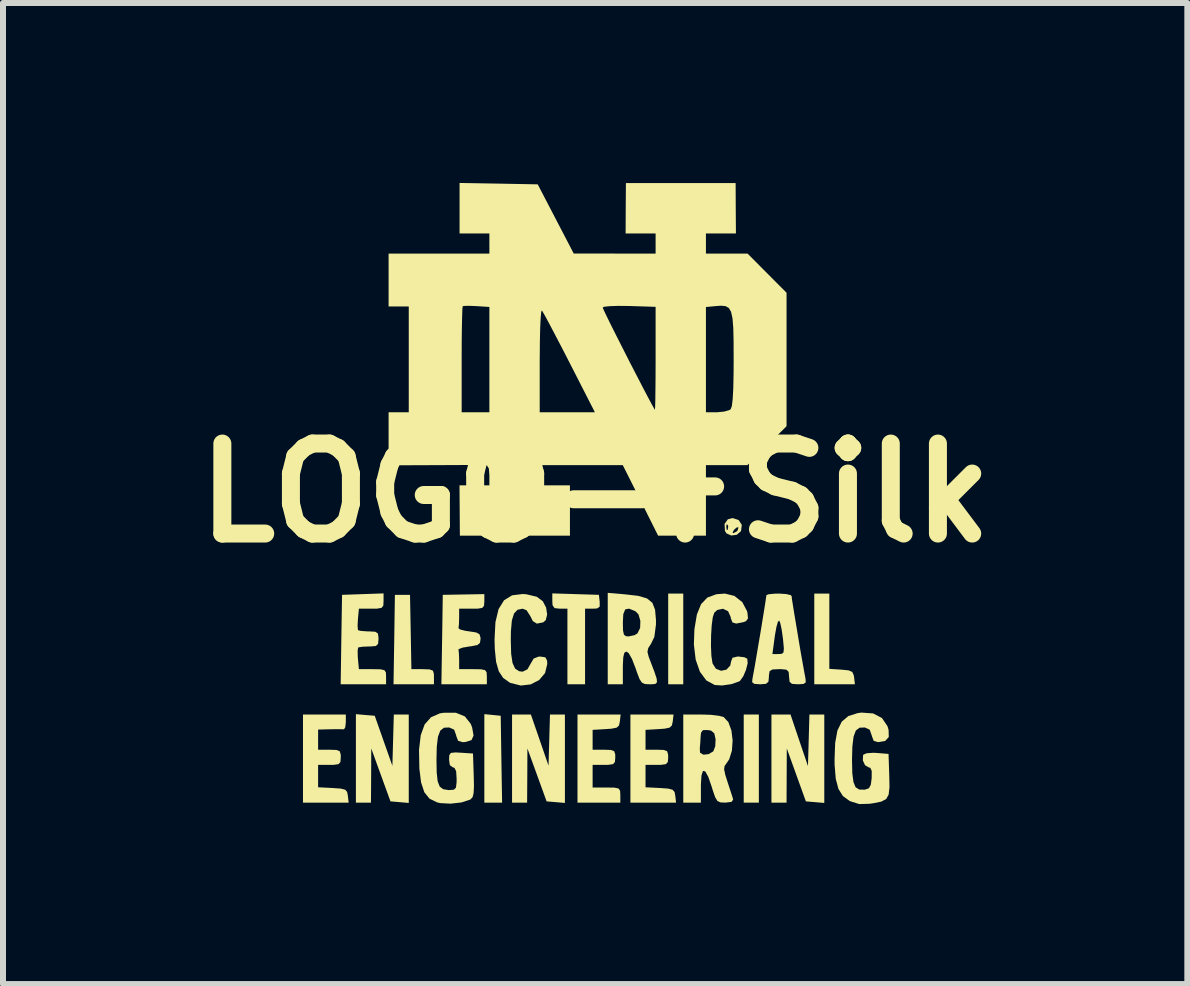
<source format=kicad_pcb>
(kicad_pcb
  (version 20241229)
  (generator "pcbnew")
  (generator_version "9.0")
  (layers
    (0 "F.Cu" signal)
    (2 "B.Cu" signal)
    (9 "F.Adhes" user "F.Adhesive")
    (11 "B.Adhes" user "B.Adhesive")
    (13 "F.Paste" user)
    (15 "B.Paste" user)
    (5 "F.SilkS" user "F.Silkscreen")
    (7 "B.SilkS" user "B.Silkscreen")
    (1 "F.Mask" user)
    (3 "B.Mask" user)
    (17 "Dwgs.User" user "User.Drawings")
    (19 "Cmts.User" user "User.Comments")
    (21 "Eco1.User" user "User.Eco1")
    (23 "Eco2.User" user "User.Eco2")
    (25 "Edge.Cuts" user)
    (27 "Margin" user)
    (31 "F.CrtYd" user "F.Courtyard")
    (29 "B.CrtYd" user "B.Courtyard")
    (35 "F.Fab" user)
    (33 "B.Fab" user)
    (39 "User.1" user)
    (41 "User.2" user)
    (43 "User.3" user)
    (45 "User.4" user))
  (footprint "LOGO-FSilk"
    (layer "F.Cu")
    (at 6.871 5.166)
    (property "Reference" "LOGO-FSilk" (at 0 0 0) (layer "F.SilkS") (effects (font (size 1.5 1.5) (thickness 0.3))))
    (attr board_only exclude_from_pos_files exclude_from_bom)
    (fp_poly (pts (xy -1.711 3.702) (xy -1.574 3.716) (xy -1.563 4.44) (xy -1.551 5.164) (xy -1.699 5.164) (xy -1.847 5.164) (xy -1.847 4.427) (xy -1.847 3.689)) (stroke (width 0) (type solid)) (fill yes) (layer "F.SilkS"))
    (fp_poly (pts (xy 1.469 2.435) (xy 1.469 3.191) (xy 1.343 3.191) (xy 1.218 3.191) (xy 1.218 2.435) (xy 1.218 1.679) (xy 1.343 1.679) (xy 1.469 1.679)) (stroke (width 0) (type solid)) (fill yes) (layer "F.SilkS"))
    (fp_poly (pts (xy 2.729 4.429) (xy 2.729 5.164) (xy 2.603 5.164) (xy 2.477 5.164) (xy 2.477 4.429) (xy 2.477 3.695) (xy 2.603 3.695) (xy 2.729 3.695)) (stroke (width 0) (type solid)) (fill yes) (layer "F.SilkS"))
    (fp_poly (pts (xy -3.074 2.32) (xy -3.063 2.939) (xy -2.875 2.939) (xy -2.759 2.943) (xy -2.704 2.964) (xy -2.688 3.018) (xy -2.687 3.065) (xy -2.687 3.191) (xy -3.024 3.191) (xy -3.361 3.191) (xy -3.349 2.446) (xy -3.338 1.7) (xy -3.212 1.7) (xy -3.086 1.7)) (stroke (width 0) (type solid)) (fill yes) (layer "F.SilkS"))
    (fp_poly (pts (xy 3.904 2.307) (xy 3.904 2.934) (xy 4.104 2.947) (xy 4.226 2.959) (xy 4.287 2.986) (xy 4.311 3.04) (xy 4.317 3.075) (xy 4.33 3.191) (xy 3.991 3.191) (xy 3.653 3.191) (xy 3.653 2.435) (xy 3.653 1.679) (xy 3.779 1.679) (xy 3.904 1.679)) (stroke (width 0) (type solid)) (fill yes) (layer "F.SilkS"))
    (fp_poly (pts (xy -0.325 1.688) (xy 0.063 1.7) (xy 0.076 1.816) (xy 0.076 1.897) (xy 0.033 1.927) (xy -0.039 1.931) (xy -0.168 1.931) (xy -0.168 2.561) (xy -0.168 3.191) (xy -0.315 3.191) (xy -0.462 3.191) (xy -0.462 2.561) (xy -0.462 1.931) (xy -0.588 1.931) (xy -0.677 1.921) (xy -0.71 1.873) (xy -0.714 1.804) (xy -0.714 1.676)) (stroke (width 0) (type solid)) (fill yes) (layer "F.SilkS"))
    (fp_poly (pts (xy -3.831 3.703) (xy -3.674 3.716) (xy -3.527 4.133) (xy -3.38 4.55) (xy -3.368 4.122) (xy -3.356 3.695) (xy -3.231 3.695) (xy -3.107 3.695) (xy -3.107 4.432) (xy -3.107 5.169) (xy -3.259 5.156) (xy -3.412 5.143) (xy -3.572 4.702) (xy -3.732 4.261) (xy -3.734 4.713) (xy -3.737 5.164) (xy -3.862 5.164) (xy -3.988 5.164) (xy -3.988 4.427) (xy -3.988 3.689)) (stroke (width 0) (type solid)) (fill yes) (layer "F.SilkS"))
    (fp_poly (pts (xy -0.504 4.432) (xy -0.504 5.169) (xy -0.656 5.156) (xy -0.809 5.143) (xy -0.969 4.702) (xy -1.129 4.261) (xy -1.131 4.713) (xy -1.134 5.164) (xy -1.26 5.164) (xy -1.385 5.164) (xy -1.385 4.429) (xy -1.385 3.695) (xy -1.228 3.695) (xy -1.071 3.695) (xy -0.924 4.121) (xy -0.777 4.548) (xy -0.765 4.121) (xy -0.753 3.695) (xy -0.628 3.695) (xy -0.504 3.695)) (stroke (width 0) (type solid)) (fill yes) (layer "F.SilkS"))
    (fp_poly (pts (xy 3.402 4.125) (xy 3.548 4.555) (xy 3.56 4.125) (xy 3.572 3.695) (xy 3.696 3.695) (xy 3.82 3.695) (xy 3.82 4.432) (xy 3.82 5.169) (xy 3.667 5.156) (xy 3.513 5.143) (xy 3.354 4.702) (xy 3.195 4.261) (xy 3.193 4.713) (xy 3.191 5.164) (xy 3.065 5.164) (xy 2.939 5.164) (xy 2.939 4.429) (xy 2.939 3.695) (xy 3.098 3.695) (xy 3.257 3.695)) (stroke (width 0) (type solid)) (fill yes) (layer "F.SilkS"))
    (fp_poly (pts (xy 2.392 0.453) (xy 2.445 0.533) (xy 2.432 0.635) (xy 2.43 0.639) (xy 2.361 0.699) (xy 2.269 0.711) (xy 2.19 0.676) (xy 2.18 0.66) (xy 2.291 0.66) (xy 2.305 0.672) (xy 2.363 0.641) (xy 2.374 0.627) (xy 2.391 0.575) (xy 2.359 0.577) (xy 2.318 0.613) (xy 2.291 0.66) (xy 2.18 0.66) (xy 2.164 0.636) (xy 2.16 0.563) (xy 2.186 0.563) (xy 2.194 0.618) (xy 2.209 0.618) (xy 2.219 0.562) (xy 2.212 0.538) (xy 2.193 0.522) (xy 2.186 0.563) (xy 2.16 0.563) (xy 2.157 0.519) (xy 2.212 0.441) (xy 2.291 0.42)) (stroke (width 0) (type solid)) (fill yes) (layer "F.SilkS"))
    (fp_poly (pts (xy 1.294 3.81) (xy 1.279 3.878) (xy 1.241 3.914) (xy 1.156 3.931) (xy 1.06 3.938) (xy 0.84 3.951) (xy 0.84 4.117) (xy 0.84 4.282) (xy 1.029 4.282) (xy 1.145 4.286) (xy 1.2 4.307) (xy 1.216 4.361) (xy 1.218 4.408) (xy 1.212 4.486) (xy 1.18 4.522) (xy 1.1 4.534) (xy 1.029 4.534) (xy 0.84 4.534) (xy 0.84 4.721) (xy 0.84 4.908) (xy 1.081 4.92) (xy 1.218 4.93) (xy 1.291 4.949) (xy 1.324 4.987) (xy 1.336 5.049) (xy 1.349 5.164) (xy 0.968 5.164) (xy 0.588 5.164) (xy 0.588 4.429) (xy 0.588 3.695) (xy 0.947 3.695) (xy 1.307 3.695)) (stroke (width 0) (type solid)) (fill yes) (layer "F.SilkS"))
    (fp_poly (pts (xy 0.412 3.81) (xy 0.398 3.878) (xy 0.359 3.914) (xy 0.274 3.931) (xy 0.178 3.938) (xy -0.042 3.951) (xy -0.042 4.117) (xy -0.042 4.282) (xy 0.147 4.282) (xy 0.263 4.286) (xy 0.318 4.307) (xy 0.335 4.361) (xy 0.336 4.408) (xy 0.33 4.486) (xy 0.299 4.522) (xy 0.218 4.534) (xy 0.147 4.534) (xy -0.042 4.534) (xy -0.042 4.723) (xy -0.042 4.912) (xy 0.189 4.912) (xy 0.321 4.914) (xy 0.39 4.928) (xy 0.416 4.965) (xy 0.42 5.036) (xy 0.42 5.038) (xy 0.42 5.164) (xy 0.063 5.164) (xy -0.294 5.164) (xy -0.294 4.429) (xy -0.294 3.695) (xy 0.066 3.695) (xy 0.425 3.695)) (stroke (width 0) (type solid)) (fill yes) (layer "F.SilkS"))
    (fp_poly (pts (xy -4.156 3.82) (xy -4.165 3.907) (xy -4.187 3.942) (xy -4.188 3.941) (xy -4.245 3.94) (xy -4.355 3.94) (xy -4.419 3.941) (xy -4.618 3.946) (xy -4.618 4.114) (xy -4.618 4.282) (xy -4.429 4.282) (xy -4.313 4.286) (xy -4.258 4.307) (xy -4.241 4.361) (xy -4.24 4.408) (xy -4.246 4.486) (xy -4.277 4.522) (xy -4.358 4.534) (xy -4.429 4.534) (xy -4.618 4.534) (xy -4.618 4.721) (xy -4.618 4.908) (xy -4.377 4.92) (xy -4.24 4.93) (xy -4.166 4.949) (xy -4.134 4.987) (xy -4.122 5.049) (xy -4.109 5.164) (xy -4.489 5.164) (xy -4.87 5.164) (xy -4.87 4.429) (xy -4.87 3.695) (xy -4.513 3.695) (xy -4.156 3.695)) (stroke (width 0) (type solid)) (fill yes) (layer "F.SilkS"))
    (fp_poly (pts (xy -3.527 1.804) (xy -3.531 1.88) (xy -3.56 1.917) (xy -3.634 1.93) (xy -3.732 1.931) (xy -3.938 1.931) (xy -3.954 2.101) (xy -3.96 2.212) (xy -3.955 2.282) (xy -3.951 2.29) (xy -3.901 2.302) (xy -3.8 2.309) (xy -3.772 2.309) (xy -3.667 2.315) (xy -3.621 2.344) (xy -3.611 2.417) (xy -3.611 2.435) (xy -3.618 2.517) (xy -3.655 2.553) (xy -3.748 2.561) (xy -3.772 2.561) (xy -3.88 2.565) (xy -3.945 2.576) (xy -3.951 2.58) (xy -3.959 2.63) (xy -3.957 2.731) (xy -3.954 2.769) (xy -3.938 2.939) (xy -3.711 2.939) (xy -3.581 2.941) (xy -3.513 2.956) (xy -3.488 2.994) (xy -3.485 3.065) (xy -3.485 3.191) (xy -3.863 3.191) (xy -4.242 3.191) (xy -4.231 2.446) (xy -4.219 1.7) (xy -3.873 1.688) (xy -3.527 1.676)) (stroke (width 0) (type solid)) (fill yes) (layer "F.SilkS"))
    (fp_poly (pts (xy -1.847 1.81) (xy -1.852 1.882) (xy -1.882 1.918) (xy -1.957 1.93) (xy -2.057 1.931) (xy -2.267 1.931) (xy -2.267 2.078) (xy -2.27 2.186) (xy -2.277 2.253) (xy -2.278 2.257) (xy -2.247 2.279) (xy -2.157 2.301) (xy -2.099 2.309) (xy -1.982 2.327) (xy -1.927 2.358) (xy -1.911 2.415) (xy -1.91 2.435) (xy -1.92 2.501) (xy -1.964 2.537) (xy -2.064 2.557) (xy -2.099 2.561) (xy -2.209 2.58) (xy -2.272 2.603) (xy -2.278 2.613) (xy -2.271 2.673) (xy -2.267 2.778) (xy -2.267 2.792) (xy -2.267 2.939) (xy -2.036 2.939) (xy -1.904 2.941) (xy -1.835 2.955) (xy -1.809 2.992) (xy -1.805 3.063) (xy -1.805 3.065) (xy -1.805 3.191) (xy -2.184 3.191) (xy -2.563 3.191) (xy -2.551 2.446) (xy -2.54 1.7) (xy -2.194 1.694) (xy -1.847 1.688)) (stroke (width 0) (type solid)) (fill yes) (layer "F.SilkS"))
    (fp_poly (pts (xy -1.145 1.691) (xy -0.973 1.732) (xy -0.873 1.806) (xy -0.817 1.913) (xy -0.8 2.028) (xy -0.823 2.121) (xy -0.864 2.158) (xy -0.971 2.18) (xy -1.039 2.138) (xy -1.079 2.057) (xy -1.143 1.957) (xy -1.209 1.931) (xy -1.294 1.949) (xy -1.352 2.011) (xy -1.388 2.126) (xy -1.404 2.308) (xy -1.406 2.456) (xy -1.4 2.683) (xy -1.377 2.837) (xy -1.333 2.931) (xy -1.265 2.974) (xy -1.209 2.981) (xy -1.128 2.941) (xy -1.079 2.855) (xy -1.025 2.762) (xy -0.943 2.73) (xy -0.914 2.729) (xy -0.831 2.741) (xy -0.801 2.794) (xy -0.798 2.853) (xy -0.835 3.004) (xy -0.933 3.12) (xy -1.074 3.193) (xy -1.239 3.212) (xy -1.41 3.169) (xy -1.427 3.161) (xy -1.533 3.085) (xy -1.606 2.975) (xy -1.651 2.818) (xy -1.673 2.599) (xy -1.677 2.444) (xy -1.662 2.155) (xy -1.61 1.938) (xy -1.518 1.79) (xy -1.384 1.708) (xy -1.206 1.686)) (stroke (width 0) (type solid)) (fill yes) (layer "F.SilkS"))
    (fp_poly (pts (xy 2.322 1.718) (xy 2.453 1.822) (xy 2.532 1.971) (xy 2.539 1.999) (xy 2.548 2.094) (xy 2.515 2.139) (xy 2.469 2.156) (xy 2.351 2.179) (xy 2.289 2.16) (xy 2.262 2.091) (xy 2.259 2.068) (xy 2.216 1.973) (xy 2.131 1.932) (xy 2.037 1.952) (xy 1.986 1.998) (xy 1.961 2.074) (xy 1.943 2.209) (xy 1.933 2.378) (xy 1.931 2.556) (xy 1.938 2.718) (xy 1.956 2.838) (xy 1.957 2.843) (xy 2.013 2.932) (xy 2.1 2.966) (xy 2.189 2.947) (xy 2.252 2.879) (xy 2.267 2.808) (xy 2.29 2.749) (xy 2.371 2.729) (xy 2.391 2.729) (xy 2.486 2.74) (xy 2.536 2.764) (xy 2.543 2.838) (xy 2.516 2.947) (xy 2.47 3.057) (xy 2.416 3.133) (xy 2.402 3.143) (xy 2.27 3.189) (xy 2.116 3.211) (xy 1.994 3.203) (xy 1.854 3.127) (xy 1.747 2.983) (xy 1.676 2.78) (xy 1.646 2.528) (xy 1.655 2.274) (xy 1.696 2.028) (xy 1.766 1.855) (xy 1.871 1.745) (xy 2.021 1.69) (xy 2.163 1.679)) (stroke (width 0) (type solid)) (fill yes) (layer "F.SilkS"))
    (fp_poly (pts (xy 0.502 1.692) (xy 0.719 1.717) (xy 0.865 1.76) (xy 0.954 1.833) (xy 0.999 1.948) (xy 1.014 2.12) (xy 1.014 2.194) (xy 0.987 2.401) (xy 0.931 2.517) (xy 0.885 2.588) (xy 0.872 2.65) (xy 0.893 2.734) (xy 0.924 2.814) (xy 0.99 2.988) (xy 1.026 3.098) (xy 1.031 3.158) (xy 1.004 3.185) (xy 0.945 3.191) (xy 0.909 3.191) (xy 0.83 3.187) (xy 0.779 3.163) (xy 0.739 3.102) (xy 0.695 2.986) (xy 0.672 2.918) (xy 0.613 2.766) (xy 0.558 2.671) (xy 0.521 2.645) (xy 0.487 2.666) (xy 0.469 2.74) (xy 0.462 2.881) (xy 0.462 2.918) (xy 0.462 3.191) (xy 0.336 3.191) (xy 0.21 3.191) (xy 0.21 2.429) (xy 0.21 2.162) (xy 0.462 2.162) (xy 0.465 2.295) (xy 0.48 2.364) (xy 0.515 2.39) (xy 0.558 2.393) (xy 0.657 2.372) (xy 0.705 2.343) (xy 0.75 2.252) (xy 0.754 2.134) (xy 0.723 2.027) (xy 0.674 1.975) (xy 0.566 1.93) (xy 0.501 1.943) (xy 0.469 2.023) (xy 0.462 2.162) (xy 0.21 2.162) (xy 0.21 1.667)) (stroke (width 0) (type solid)) (fill yes) (layer "F.SilkS"))
    (fp_poly (pts (xy 1.927 3.7) (xy 2.062 3.716) (xy 2.142 3.737) (xy 2.221 3.822) (xy 2.272 3.961) (xy 2.292 4.128) (xy 2.28 4.297) (xy 2.235 4.442) (xy 2.193 4.504) (xy 2.158 4.553) (xy 2.15 4.609) (xy 2.169 4.699) (xy 2.207 4.819) (xy 2.252 4.956) (xy 2.287 5.065) (xy 2.301 5.111) (xy 2.275 5.151) (xy 2.171 5.164) (xy 2.169 5.164) (xy 2.089 5.16) (xy 2.038 5.136) (xy 2 5.072) (xy 1.959 4.952) (xy 1.945 4.905) (xy 1.886 4.734) (xy 1.836 4.644) (xy 1.798 4.635) (xy 1.773 4.709) (xy 1.763 4.865) (xy 1.763 4.888) (xy 1.763 5.164) (xy 1.616 5.164) (xy 1.469 5.164) (xy 1.469 4.429) (xy 1.469 4.251) (xy 1.745 4.251) (xy 1.748 4.323) (xy 1.753 4.335) (xy 1.807 4.365) (xy 1.892 4.355) (xy 1.966 4.311) (xy 1.971 4.306) (xy 2.002 4.224) (xy 2.008 4.11) (xy 2.008 4.107) (xy 1.986 4.008) (xy 1.933 3.964) (xy 1.879 3.954) (xy 1.797 3.955) (xy 1.765 3.999) (xy 1.758 4.07) (xy 1.752 4.179) (xy 1.745 4.251) (xy 1.469 4.251) (xy 1.469 3.695) (xy 1.766 3.695)) (stroke (width 0) (type solid)) (fill yes) (layer "F.SilkS"))
    (fp_poly (pts (xy -2.171 3.727) (xy -2.073 3.852) (xy -2.05 3.913) (xy -2.027 4.046) (xy -2.061 4.122) (xy -2.161 4.153) (xy -2.212 4.156) (xy -2.284 4.133) (xy -2.316 4.051) (xy -2.317 4.041) (xy -2.35 3.948) (xy -2.433 3.911) (xy -2.433 3.911) (xy -2.52 3.915) (xy -2.581 3.963) (xy -2.62 4.065) (xy -2.64 4.231) (xy -2.645 4.45) (xy -2.641 4.665) (xy -2.625 4.809) (xy -2.591 4.896) (xy -2.534 4.94) (xy -2.447 4.954) (xy -2.427 4.954) (xy -2.354 4.948) (xy -2.32 4.914) (xy -2.31 4.829) (xy -2.309 4.765) (xy -2.317 4.641) (xy -2.345 4.584) (xy -2.372 4.576) (xy -2.422 4.539) (xy -2.435 4.448) (xy -2.431 4.371) (xy -2.404 4.335) (xy -2.331 4.327) (xy -2.236 4.332) (xy -2.036 4.345) (xy -2.024 4.71) (xy -2.02 4.89) (xy -2.026 5.005) (xy -2.042 5.071) (xy -2.074 5.107) (xy -2.087 5.115) (xy -2.23 5.161) (xy -2.41 5.181) (xy -2.581 5.172) (xy -2.634 5.16) (xy -2.761 5.098) (xy -2.848 4.99) (xy -2.902 4.825) (xy -2.93 4.598) (xy -2.936 4.283) (xy -2.907 4.039) (xy -2.842 3.86) (xy -2.737 3.741) (xy -2.589 3.676) (xy -2.53 3.666) (xy -2.323 3.665)) (stroke (width 0) (type solid)) (fill yes) (layer "F.SilkS"))
    (fp_poly (pts (xy 4.634 3.677) (xy 4.782 3.754) (xy 4.874 3.891) (xy 4.892 3.952) (xy 4.895 4.07) (xy 4.835 4.136) (xy 4.715 4.156) (xy 4.643 4.133) (xy 4.612 4.051) (xy 4.61 4.041) (xy 4.577 3.948) (xy 4.495 3.911) (xy 4.495 3.911) (xy 4.407 3.915) (xy 4.346 3.962) (xy 4.308 4.064) (xy 4.288 4.228) (xy 4.282 4.453) (xy 4.287 4.673) (xy 4.306 4.821) (xy 4.342 4.908) (xy 4.403 4.946) (xy 4.492 4.948) (xy 4.5 4.947) (xy 4.564 4.924) (xy 4.596 4.864) (xy 4.61 4.755) (xy 4.611 4.637) (xy 4.588 4.584) (xy 4.56 4.576) (xy 4.5 4.541) (xy 4.463 4.462) (xy 4.466 4.378) (xy 4.472 4.364) (xy 4.529 4.34) (xy 4.64 4.333) (xy 4.696 4.336) (xy 4.891 4.352) (xy 4.903 4.714) (xy 4.907 4.905) (xy 4.893 5.03) (xy 4.852 5.104) (xy 4.77 5.147) (xy 4.636 5.174) (xy 4.576 5.183) (xy 4.404 5.188) (xy 4.256 5.142) (xy 4.24 5.134) (xy 4.13 5.054) (xy 4.056 4.936) (xy 4.011 4.767) (xy 3.992 4.534) (xy 3.991 4.45) (xy 4.001 4.17) (xy 4.039 3.961) (xy 4.111 3.814) (xy 4.221 3.721) (xy 4.375 3.672) (xy 4.439 3.663)) (stroke (width 0) (type solid)) (fill yes) (layer "F.SilkS"))
    (fp_poly (pts (xy 3.185 1.687) (xy 3.261 1.705) (xy 3.275 1.72) (xy 3.281 1.773) (xy 3.3 1.892) (xy 3.327 2.058) (xy 3.36 2.255) (xy 3.395 2.466) (xy 3.43 2.672) (xy 3.463 2.857) (xy 3.489 3.002) (xy 3.506 3.091) (xy 3.507 3.096) (xy 3.511 3.16) (xy 3.472 3.186) (xy 3.38 3.191) (xy 3.281 3.184) (xy 3.241 3.149) (xy 3.233 3.065) (xy 3.226 2.984) (xy 3.19 2.948) (xy 3.101 2.939) (xy 3.065 2.939) (xy 2.957 2.944) (xy 2.909 2.971) (xy 2.897 3.038) (xy 2.897 3.065) (xy 2.889 3.149) (xy 2.847 3.184) (xy 2.749 3.191) (xy 2.652 3.184) (xy 2.617 3.155) (xy 2.623 3.096) (xy 2.636 3.025) (xy 2.66 2.894) (xy 2.69 2.718) (xy 2.695 2.687) (xy 2.955 2.687) (xy 3.057 2.687) (xy 3.113 2.683) (xy 3.14 2.659) (xy 3.146 2.594) (xy 3.135 2.471) (xy 3.13 2.425) (xy 3.11 2.282) (xy 3.087 2.174) (xy 3.068 2.128) (xy 3.047 2.149) (xy 3.022 2.236) (xy 2.998 2.37) (xy 2.995 2.391) (xy 2.955 2.687) (xy 2.695 2.687) (xy 2.724 2.517) (xy 2.76 2.306) (xy 2.793 2.103) (xy 2.822 1.925) (xy 2.843 1.79) (xy 2.854 1.714) (xy 2.855 1.705) (xy 2.893 1.69) (xy 2.989 1.681) (xy 3.065 1.679)) (stroke (width 0) (type solid)) (fill yes) (layer "F.SilkS"))
    (fp_poly (pts (xy -1.608 -5.155) (xy -0.957 -5.143) (xy -0.657 -4.566) (xy -0.357 -3.99) (xy 0.325 -3.989) (xy 1.008 -3.988) (xy 1.008 -4.156) (xy 1.008 -4.324) (xy 0.758 -4.324) (xy 0.508 -4.324) (xy 0.51 -4.744) (xy 0.513 -5.164) (xy 1.427 -5.164) (xy 2.342 -5.164) (xy 2.344 -4.744) (xy 2.347 -4.324) (xy 2.097 -4.324) (xy 1.847 -4.324) (xy 1.847 -4.156) (xy 1.847 -3.988) (xy 2.195 -3.988) (xy 2.542 -3.988) (xy 2.866 -3.662) (xy 3.191 -3.336) (xy 3.191 -2.223) (xy 3.191 -1.111) (xy 2.864 -0.786) (xy 2.538 -0.462) (xy 2.193 -0.462) (xy 1.847 -0.462) (xy 1.847 0.126) (xy 1.847 0.714) (xy 1.449 0.714) (xy 1.05 0.714) (xy 0.756 0.126) (xy 0.461 -0.462) (xy -0.231 -0.462) (xy -0.924 -0.462) (xy -0.924 -0.294) (xy -0.924 -0.126) (xy -0.672 -0.126) (xy -0.42 -0.126) (xy -0.42 0.294) (xy -0.42 0.714) (xy -1.337 0.714) (xy -2.255 0.714) (xy -2.258 0.294) (xy -2.261 -0.126) (xy -2.012 -0.126) (xy -1.763 -0.126) (xy -1.763 -0.294) (xy -1.772 -0.406) (xy -1.803 -0.456) (xy -1.837 -0.464) (xy -1.901 -0.464) (xy -2.034 -0.464) (xy -2.222 -0.464) (xy -2.448 -0.463) (xy -2.676 -0.462) (xy -3.443 -0.459) (xy -3.443 -0.901) (xy -3.443 -1.343) (xy -3.275 -1.343) (xy -3.107 -1.343) (xy -2.225 -1.343) (xy -1.994 -1.343) (xy -1.763 -1.343) (xy -0.924 -1.343) (xy -0.464 -1.343) (xy -0.004 -1.343) (xy 1.847 -1.343) (xy 2.028 -1.343) (xy 2.152 -1.355) (xy 2.242 -1.382) (xy 2.259 -1.394) (xy 2.279 -1.446) (xy 2.293 -1.562) (xy 2.303 -1.746) (xy 2.308 -2.004) (xy 2.309 -2.22) (xy 2.308 -2.52) (xy 2.303 -2.747) (xy 2.29 -2.909) (xy 2.266 -3.018) (xy 2.228 -3.083) (xy 2.173 -3.113) (xy 2.098 -3.12) (xy 2.017 -3.114) (xy 1.847 -3.098) (xy 1.847 -2.221) (xy 1.847 -1.343) (xy -0.004 -1.343) (xy -0.428 -2.173) (xy -0.553 -2.416) (xy -0.667 -2.634) (xy -0.763 -2.817) (xy -0.836 -2.952) (xy -0.88 -3.029) (xy -0.888 -3.042) (xy -0.899 -3.014) (xy -0.908 -2.914) (xy -0.916 -2.752) (xy -0.921 -2.541) (xy -0.923 -2.29) (xy -0.924 -2.213) (xy -0.924 -1.343) (xy -1.763 -1.343) (xy -1.763 -2.221) (xy -1.763 -3.09) (xy 0.126 -3.09) (xy 0.144 -3.046) (xy 0.194 -2.941) (xy 0.269 -2.788) (xy 0.363 -2.601) (xy 0.469 -2.392) (xy 0.58 -2.173) (xy 0.691 -1.959) (xy 0.793 -1.761) (xy 0.882 -1.592) (xy 0.949 -1.467) (xy 0.989 -1.396) (xy 0.997 -1.386) (xy 1 -1.426) (xy 1.003 -1.537) (xy 1.005 -1.707) (xy 1.007 -1.925) (xy 1.008 -2.176) (xy 1.008 -2.243) (xy 1.008 -3.101) (xy 0.567 -3.115) (xy 0.386 -3.117) (xy 0.241 -3.112) (xy 0.149 -3.102) (xy 0.126 -3.09) (xy -1.763 -3.09) (xy -1.763 -3.099) (xy -1.977 -3.113) (xy -2.102 -3.118) (xy -2.187 -3.116) (xy -2.208 -3.11) (xy -2.213 -3.065) (xy -2.217 -2.948) (xy -2.221 -2.773) (xy -2.224 -2.552) (xy -2.225 -2.297) (xy -2.225 -2.218) (xy -2.225 -1.343) (xy -3.107 -1.343) (xy -3.107 -2.225) (xy -3.107 -3.107) (xy -3.275 -3.107) (xy -3.443 -3.107) (xy -3.443 -3.548) (xy -3.443 -3.988) (xy -2.603 -3.988) (xy -1.763 -3.988) (xy -1.763 -4.156) (xy -1.763 -4.324) (xy -2.012 -4.324) (xy -2.26 -4.324) (xy -2.26 -4.745) (xy -2.26 -5.166)) (stroke (width 0) (type solid)) (fill yes) (layer "F.SilkS")))
  (gr_rect
    (start -3 -3)
    (end 16.743 13.354)
    (stroke (width 0.1) (type default))
    (fill no)
    (layer "Edge.Cuts")))
</source>
